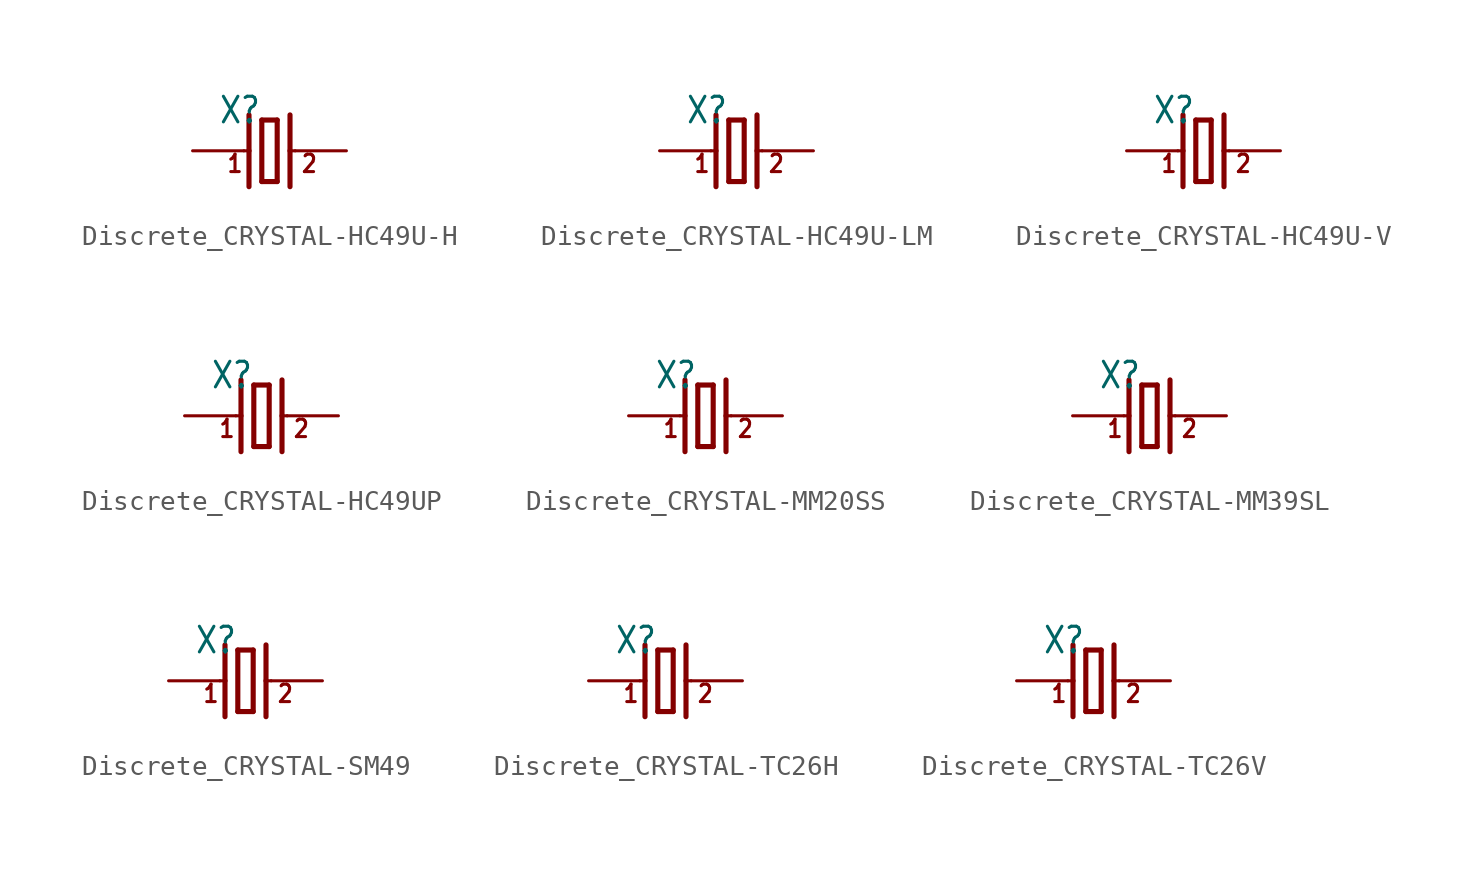
<source format=kicad_sym>
(kicad_symbol_lib
  (version 20220914)
  (generator kicad_symbol_editor)
  (symbol "Discrete_CRYSTAL-HC49U-H"
    (property "Reference" "X"
      (at -2.54 1.27 0)
      (effects (font (size 1.27 1.079)) (justify left bottom)))
    (property "Value" ""
      (at -2.54 -2.667 0)
      (effects (font (size 1.27 1.079)) (justify left bottom)))
    (property "ki_locked" ""
      (at 0 0 0)
      (effects (font (size 1.27 1.27))))
    (symbol "Discrete_CRYSTAL-HC49U-H_1_0"
      (polyline (pts (xy -1.27 0) (xy -1.016 0)) (stroke (width 0.152) (type solid)) (fill (type none)))
      (polyline (pts (xy -1.016 0) (xy -1.016 -1.778)) (stroke (width 0.254) (type solid)) (fill (type none)))
      (polyline (pts (xy -1.016 1.778) (xy -1.016 0)) (stroke (width 0.254) (type solid)) (fill (type none)))
      (polyline (pts (xy -0.381 -1.524) (xy 0.381 -1.524)) (stroke (width 0.254) (type solid)) (fill (type none)))
      (polyline (pts (xy -0.381 1.524) (xy -0.381 -1.524)) (stroke (width 0.254) (type solid)) (fill (type none)))
      (polyline (pts (xy 0.381 -1.524) (xy 0.381 1.524)) (stroke (width 0.254) (type solid)) (fill (type none)))
      (polyline (pts (xy 0.381 1.524) (xy -0.381 1.524)) (stroke (width 0.254) (type solid)) (fill (type none)))
      (polyline (pts (xy 1.016 0) (xy 1.016 -1.778)) (stroke (width 0.254) (type solid)) (fill (type none)))
      (polyline (pts (xy 1.016 0) (xy 1.27 0)) (stroke (width 0.152) (type solid)) (fill (type none)))
      (polyline (pts (xy 1.016 1.778) (xy 1.016 0)) (stroke (width 0.254) (type solid)) (fill (type none)))
      (text "1" (at -2.159 -1.143 0) (effects (font (size 0.864 0.734)) (justify left bottom)))
      (text "2" (at 1.524 -1.143 0) (effects (font (size 0.864 0.734)) (justify left bottom)))
      (pin passive line (at -3.81 0 0) (length 2.54) (name "1" (effects (font (size 0 0)))) (number "1" (effects (font (size 0 0)))))
      (pin passive line (at 3.81 0 180) (length 2.54) (name "2" (effects (font (size 0 0)))) (number "2" (effects (font (size 0 0)))))))
  (symbol "Discrete_CRYSTAL-HC49U-LM"
    (property "Reference" "X"
      (at -2.54 1.27 0)
      (effects (font (size 1.27 1.079)) (justify left bottom)))
    (property "Value" ""
      (at -2.54 -2.667 0)
      (effects (font (size 1.27 1.079)) (justify left bottom)))
    (property "ki_locked" ""
      (at 0 0 0)
      (effects (font (size 1.27 1.27))))
    (symbol "Discrete_CRYSTAL-HC49U-LM_1_0"
      (polyline (pts (xy -1.27 0) (xy -1.016 0)) (stroke (width 0.152) (type solid)) (fill (type none)))
      (polyline (pts (xy -1.016 0) (xy -1.016 -1.778)) (stroke (width 0.254) (type solid)) (fill (type none)))
      (polyline (pts (xy -1.016 1.778) (xy -1.016 0)) (stroke (width 0.254) (type solid)) (fill (type none)))
      (polyline (pts (xy -0.381 -1.524) (xy 0.381 -1.524)) (stroke (width 0.254) (type solid)) (fill (type none)))
      (polyline (pts (xy -0.381 1.524) (xy -0.381 -1.524)) (stroke (width 0.254) (type solid)) (fill (type none)))
      (polyline (pts (xy 0.381 -1.524) (xy 0.381 1.524)) (stroke (width 0.254) (type solid)) (fill (type none)))
      (polyline (pts (xy 0.381 1.524) (xy -0.381 1.524)) (stroke (width 0.254) (type solid)) (fill (type none)))
      (polyline (pts (xy 1.016 0) (xy 1.016 -1.778)) (stroke (width 0.254) (type solid)) (fill (type none)))
      (polyline (pts (xy 1.016 0) (xy 1.27 0)) (stroke (width 0.152) (type solid)) (fill (type none)))
      (polyline (pts (xy 1.016 1.778) (xy 1.016 0)) (stroke (width 0.254) (type solid)) (fill (type none)))
      (text "1" (at -2.159 -1.143 0) (effects (font (size 0.864 0.734)) (justify left bottom)))
      (text "2" (at 1.524 -1.143 0) (effects (font (size 0.864 0.734)) (justify left bottom)))
      (pin passive line (at -3.81 0 0) (length 2.54) (name "1" (effects (font (size 0 0)))) (number "1" (effects (font (size 0 0)))))
      (pin passive line (at 3.81 0 180) (length 2.54) (name "2" (effects (font (size 0 0)))) (number "2" (effects (font (size 0 0)))))))
  (symbol "Discrete_CRYSTAL-HC49U-V"
    (property "Reference" "X"
      (at -2.54 1.27 0)
      (effects (font (size 1.27 1.079)) (justify left bottom)))
    (property "Value" ""
      (at -2.54 -2.667 0)
      (effects (font (size 1.27 1.079)) (justify left bottom)))
    (property "ki_locked" ""
      (at 0 0 0)
      (effects (font (size 1.27 1.27))))
    (symbol "Discrete_CRYSTAL-HC49U-V_1_0"
      (polyline (pts (xy -1.27 0) (xy -1.016 0)) (stroke (width 0.152) (type solid)) (fill (type none)))
      (polyline (pts (xy -1.016 0) (xy -1.016 -1.778)) (stroke (width 0.254) (type solid)) (fill (type none)))
      (polyline (pts (xy -1.016 1.778) (xy -1.016 0)) (stroke (width 0.254) (type solid)) (fill (type none)))
      (polyline (pts (xy -0.381 -1.524) (xy 0.381 -1.524)) (stroke (width 0.254) (type solid)) (fill (type none)))
      (polyline (pts (xy -0.381 1.524) (xy -0.381 -1.524)) (stroke (width 0.254) (type solid)) (fill (type none)))
      (polyline (pts (xy 0.381 -1.524) (xy 0.381 1.524)) (stroke (width 0.254) (type solid)) (fill (type none)))
      (polyline (pts (xy 0.381 1.524) (xy -0.381 1.524)) (stroke (width 0.254) (type solid)) (fill (type none)))
      (polyline (pts (xy 1.016 0) (xy 1.016 -1.778)) (stroke (width 0.254) (type solid)) (fill (type none)))
      (polyline (pts (xy 1.016 0) (xy 1.27 0)) (stroke (width 0.152) (type solid)) (fill (type none)))
      (polyline (pts (xy 1.016 1.778) (xy 1.016 0)) (stroke (width 0.254) (type solid)) (fill (type none)))
      (text "1" (at -2.159 -1.143 0) (effects (font (size 0.864 0.734)) (justify left bottom)))
      (text "2" (at 1.524 -1.143 0) (effects (font (size 0.864 0.734)) (justify left bottom)))
      (pin passive line (at -3.81 0 0) (length 2.54) (name "1" (effects (font (size 0 0)))) (number "1" (effects (font (size 0 0)))))
      (pin passive line (at 3.81 0 180) (length 2.54) (name "2" (effects (font (size 0 0)))) (number "2" (effects (font (size 0 0)))))))
  (symbol "Discrete_CRYSTAL-HC49UP"
    (property "Reference" "X"
      (at -2.54 1.27 0)
      (effects (font (size 1.27 1.079)) (justify left bottom)))
    (property "Value" ""
      (at -2.54 -2.667 0)
      (effects (font (size 1.27 1.079)) (justify left bottom)))
    (property "ki_locked" ""
      (at 0 0 0)
      (effects (font (size 1.27 1.27))))
    (symbol "Discrete_CRYSTAL-HC49UP_1_0"
      (polyline (pts (xy -1.27 0) (xy -1.016 0)) (stroke (width 0.152) (type solid)) (fill (type none)))
      (polyline (pts (xy -1.016 0) (xy -1.016 -1.778)) (stroke (width 0.254) (type solid)) (fill (type none)))
      (polyline (pts (xy -1.016 1.778) (xy -1.016 0)) (stroke (width 0.254) (type solid)) (fill (type none)))
      (polyline (pts (xy -0.381 -1.524) (xy 0.381 -1.524)) (stroke (width 0.254) (type solid)) (fill (type none)))
      (polyline (pts (xy -0.381 1.524) (xy -0.381 -1.524)) (stroke (width 0.254) (type solid)) (fill (type none)))
      (polyline (pts (xy 0.381 -1.524) (xy 0.381 1.524)) (stroke (width 0.254) (type solid)) (fill (type none)))
      (polyline (pts (xy 0.381 1.524) (xy -0.381 1.524)) (stroke (width 0.254) (type solid)) (fill (type none)))
      (polyline (pts (xy 1.016 0) (xy 1.016 -1.778)) (stroke (width 0.254) (type solid)) (fill (type none)))
      (polyline (pts (xy 1.016 0) (xy 1.27 0)) (stroke (width 0.152) (type solid)) (fill (type none)))
      (polyline (pts (xy 1.016 1.778) (xy 1.016 0)) (stroke (width 0.254) (type solid)) (fill (type none)))
      (text "1" (at -2.159 -1.143 0) (effects (font (size 0.864 0.734)) (justify left bottom)))
      (text "2" (at 1.524 -1.143 0) (effects (font (size 0.864 0.734)) (justify left bottom)))
      (pin passive line (at -3.81 0 0) (length 2.54) (name "1" (effects (font (size 0 0)))) (number "1" (effects (font (size 0 0)))))
      (pin passive line (at 3.81 0 180) (length 2.54) (name "2" (effects (font (size 0 0)))) (number "2" (effects (font (size 0 0)))))))
  (symbol "Discrete_CRYSTAL-MM20SS"
    (property "Reference" "X"
      (at -2.54 1.27 0)
      (effects (font (size 1.27 1.079)) (justify left bottom)))
    (property "Value" ""
      (at -2.54 -2.667 0)
      (effects (font (size 1.27 1.079)) (justify left bottom)))
    (property "ki_locked" ""
      (at 0 0 0)
      (effects (font (size 1.27 1.27))))
    (symbol "Discrete_CRYSTAL-MM20SS_1_0"
      (polyline (pts (xy -1.27 0) (xy -1.016 0)) (stroke (width 0.152) (type solid)) (fill (type none)))
      (polyline (pts (xy -1.016 0) (xy -1.016 -1.778)) (stroke (width 0.254) (type solid)) (fill (type none)))
      (polyline (pts (xy -1.016 1.778) (xy -1.016 0)) (stroke (width 0.254) (type solid)) (fill (type none)))
      (polyline (pts (xy -0.381 -1.524) (xy 0.381 -1.524)) (stroke (width 0.254) (type solid)) (fill (type none)))
      (polyline (pts (xy -0.381 1.524) (xy -0.381 -1.524)) (stroke (width 0.254) (type solid)) (fill (type none)))
      (polyline (pts (xy 0.381 -1.524) (xy 0.381 1.524)) (stroke (width 0.254) (type solid)) (fill (type none)))
      (polyline (pts (xy 0.381 1.524) (xy -0.381 1.524)) (stroke (width 0.254) (type solid)) (fill (type none)))
      (polyline (pts (xy 1.016 0) (xy 1.016 -1.778)) (stroke (width 0.254) (type solid)) (fill (type none)))
      (polyline (pts (xy 1.016 0) (xy 1.27 0)) (stroke (width 0.152) (type solid)) (fill (type none)))
      (polyline (pts (xy 1.016 1.778) (xy 1.016 0)) (stroke (width 0.254) (type solid)) (fill (type none)))
      (text "1" (at -2.159 -1.143 0) (effects (font (size 0.864 0.734)) (justify left bottom)))
      (text "2" (at 1.524 -1.143 0) (effects (font (size 0.864 0.734)) (justify left bottom)))
      (pin passive line (at -3.81 0 0) (length 2.54) (name "1" (effects (font (size 0 0)))) (number "1" (effects (font (size 0 0)))))
      (pin passive line (at 3.81 0 180) (length 2.54) (name "2" (effects (font (size 0 0)))) (number "4" (effects (font (size 0 0)))))))
  (symbol "Discrete_CRYSTAL-MM39SL"
    (property "Reference" "X"
      (at -2.54 1.27 0)
      (effects (font (size 1.27 1.079)) (justify left bottom)))
    (property "Value" ""
      (at -2.54 -2.667 0)
      (effects (font (size 1.27 1.079)) (justify left bottom)))
    (property "ki_locked" ""
      (at 0 0 0)
      (effects (font (size 1.27 1.27))))
    (symbol "Discrete_CRYSTAL-MM39SL_1_0"
      (polyline (pts (xy -1.27 0) (xy -1.016 0)) (stroke (width 0.152) (type solid)) (fill (type none)))
      (polyline (pts (xy -1.016 0) (xy -1.016 -1.778)) (stroke (width 0.254) (type solid)) (fill (type none)))
      (polyline (pts (xy -1.016 1.778) (xy -1.016 0)) (stroke (width 0.254) (type solid)) (fill (type none)))
      (polyline (pts (xy -0.381 -1.524) (xy 0.381 -1.524)) (stroke (width 0.254) (type solid)) (fill (type none)))
      (polyline (pts (xy -0.381 1.524) (xy -0.381 -1.524)) (stroke (width 0.254) (type solid)) (fill (type none)))
      (polyline (pts (xy 0.381 -1.524) (xy 0.381 1.524)) (stroke (width 0.254) (type solid)) (fill (type none)))
      (polyline (pts (xy 0.381 1.524) (xy -0.381 1.524)) (stroke (width 0.254) (type solid)) (fill (type none)))
      (polyline (pts (xy 1.016 0) (xy 1.016 -1.778)) (stroke (width 0.254) (type solid)) (fill (type none)))
      (polyline (pts (xy 1.016 0) (xy 1.27 0)) (stroke (width 0.152) (type solid)) (fill (type none)))
      (polyline (pts (xy 1.016 1.778) (xy 1.016 0)) (stroke (width 0.254) (type solid)) (fill (type none)))
      (text "1" (at -2.159 -1.143 0) (effects (font (size 0.864 0.734)) (justify left bottom)))
      (text "2" (at 1.524 -1.143 0) (effects (font (size 0.864 0.734)) (justify left bottom)))
      (pin passive line (at -3.81 0 0) (length 2.54) (name "1" (effects (font (size 0 0)))) (number "1" (effects (font (size 0 0)))))
      (pin passive line (at 3.81 0 180) (length 2.54) (name "2" (effects (font (size 0 0)))) (number "4" (effects (font (size 0 0)))))))
  (symbol "Discrete_CRYSTAL-SM49"
    (property "Reference" "X"
      (at -2.54 1.27 0)
      (effects (font (size 1.27 1.079)) (justify left bottom)))
    (property "Value" ""
      (at -2.54 -2.667 0)
      (effects (font (size 1.27 1.079)) (justify left bottom)))
    (property "ki_locked" ""
      (at 0 0 0)
      (effects (font (size 1.27 1.27))))
    (symbol "Discrete_CRYSTAL-SM49_1_0"
      (polyline (pts (xy -1.27 0) (xy -1.016 0)) (stroke (width 0.152) (type solid)) (fill (type none)))
      (polyline (pts (xy -1.016 0) (xy -1.016 -1.778)) (stroke (width 0.254) (type solid)) (fill (type none)))
      (polyline (pts (xy -1.016 1.778) (xy -1.016 0)) (stroke (width 0.254) (type solid)) (fill (type none)))
      (polyline (pts (xy -0.381 -1.524) (xy 0.381 -1.524)) (stroke (width 0.254) (type solid)) (fill (type none)))
      (polyline (pts (xy -0.381 1.524) (xy -0.381 -1.524)) (stroke (width 0.254) (type solid)) (fill (type none)))
      (polyline (pts (xy 0.381 -1.524) (xy 0.381 1.524)) (stroke (width 0.254) (type solid)) (fill (type none)))
      (polyline (pts (xy 0.381 1.524) (xy -0.381 1.524)) (stroke (width 0.254) (type solid)) (fill (type none)))
      (polyline (pts (xy 1.016 0) (xy 1.016 -1.778)) (stroke (width 0.254) (type solid)) (fill (type none)))
      (polyline (pts (xy 1.016 0) (xy 1.27 0)) (stroke (width 0.152) (type solid)) (fill (type none)))
      (polyline (pts (xy 1.016 1.778) (xy 1.016 0)) (stroke (width 0.254) (type solid)) (fill (type none)))
      (text "1" (at -2.159 -1.143 0) (effects (font (size 0.864 0.734)) (justify left bottom)))
      (text "2" (at 1.524 -1.143 0) (effects (font (size 0.864 0.734)) (justify left bottom)))
      (pin passive line (at -3.81 0 0) (length 2.54) (name "1" (effects (font (size 0 0)))) (number "1" (effects (font (size 0 0)))))
      (pin passive line (at 3.81 0 180) (length 2.54) (name "2" (effects (font (size 0 0)))) (number "2" (effects (font (size 0 0)))))))
  (symbol "Discrete_CRYSTAL-TC26H"
    (property "Reference" "X"
      (at -2.54 1.27 0)
      (effects (font (size 1.27 1.079)) (justify left bottom)))
    (property "Value" ""
      (at -2.54 -2.667 0)
      (effects (font (size 1.27 1.079)) (justify left bottom)))
    (property "ki_locked" ""
      (at 0 0 0)
      (effects (font (size 1.27 1.27))))
    (symbol "Discrete_CRYSTAL-TC26H_1_0"
      (polyline (pts (xy -1.27 0) (xy -1.016 0)) (stroke (width 0.152) (type solid)) (fill (type none)))
      (polyline (pts (xy -1.016 0) (xy -1.016 -1.778)) (stroke (width 0.254) (type solid)) (fill (type none)))
      (polyline (pts (xy -1.016 1.778) (xy -1.016 0)) (stroke (width 0.254) (type solid)) (fill (type none)))
      (polyline (pts (xy -0.381 -1.524) (xy 0.381 -1.524)) (stroke (width 0.254) (type solid)) (fill (type none)))
      (polyline (pts (xy -0.381 1.524) (xy -0.381 -1.524)) (stroke (width 0.254) (type solid)) (fill (type none)))
      (polyline (pts (xy 0.381 -1.524) (xy 0.381 1.524)) (stroke (width 0.254) (type solid)) (fill (type none)))
      (polyline (pts (xy 0.381 1.524) (xy -0.381 1.524)) (stroke (width 0.254) (type solid)) (fill (type none)))
      (polyline (pts (xy 1.016 0) (xy 1.016 -1.778)) (stroke (width 0.254) (type solid)) (fill (type none)))
      (polyline (pts (xy 1.016 0) (xy 1.27 0)) (stroke (width 0.152) (type solid)) (fill (type none)))
      (polyline (pts (xy 1.016 1.778) (xy 1.016 0)) (stroke (width 0.254) (type solid)) (fill (type none)))
      (text "1" (at -2.159 -1.143 0) (effects (font (size 0.864 0.734)) (justify left bottom)))
      (text "2" (at 1.524 -1.143 0) (effects (font (size 0.864 0.734)) (justify left bottom)))
      (pin passive line (at -3.81 0 0) (length 2.54) (name "1" (effects (font (size 0 0)))) (number "1" (effects (font (size 0 0)))))
      (pin passive line (at 3.81 0 180) (length 2.54) (name "2" (effects (font (size 0 0)))) (number "2" (effects (font (size 0 0)))))))
  (symbol "Discrete_CRYSTAL-TC26V"
    (property "Reference" "X"
      (at -2.54 1.27 0)
      (effects (font (size 1.27 1.079)) (justify left bottom)))
    (property "Value" ""
      (at -2.54 -2.667 0)
      (effects (font (size 1.27 1.079)) (justify left bottom)))
    (property "ki_locked" ""
      (at 0 0 0)
      (effects (font (size 1.27 1.27))))
    (symbol "Discrete_CRYSTAL-TC26V_1_0"
      (polyline (pts (xy -1.27 0) (xy -1.016 0)) (stroke (width 0.152) (type solid)) (fill (type none)))
      (polyline (pts (xy -1.016 0) (xy -1.016 -1.778)) (stroke (width 0.254) (type solid)) (fill (type none)))
      (polyline (pts (xy -1.016 1.778) (xy -1.016 0)) (stroke (width 0.254) (type solid)) (fill (type none)))
      (polyline (pts (xy -0.381 -1.524) (xy 0.381 -1.524)) (stroke (width 0.254) (type solid)) (fill (type none)))
      (polyline (pts (xy -0.381 1.524) (xy -0.381 -1.524)) (stroke (width 0.254) (type solid)) (fill (type none)))
      (polyline (pts (xy 0.381 -1.524) (xy 0.381 1.524)) (stroke (width 0.254) (type solid)) (fill (type none)))
      (polyline (pts (xy 0.381 1.524) (xy -0.381 1.524)) (stroke (width 0.254) (type solid)) (fill (type none)))
      (polyline (pts (xy 1.016 0) (xy 1.016 -1.778)) (stroke (width 0.254) (type solid)) (fill (type none)))
      (polyline (pts (xy 1.016 0) (xy 1.27 0)) (stroke (width 0.152) (type solid)) (fill (type none)))
      (polyline (pts (xy 1.016 1.778) (xy 1.016 0)) (stroke (width 0.254) (type solid)) (fill (type none)))
      (text "1" (at -2.159 -1.143 0) (effects (font (size 0.864 0.734)) (justify left bottom)))
      (text "2" (at 1.524 -1.143 0) (effects (font (size 0.864 0.734)) (justify left bottom)))
      (pin passive line (at -3.81 0 0) (length 2.54) (name "1" (effects (font (size 0 0)))) (number "1" (effects (font (size 0 0)))))
      (pin passive line (at 3.81 0 180) (length 2.54) (name "2" (effects (font (size 0 0)))) (number "2" (effects (font (size 0 0))))))))
</source>
